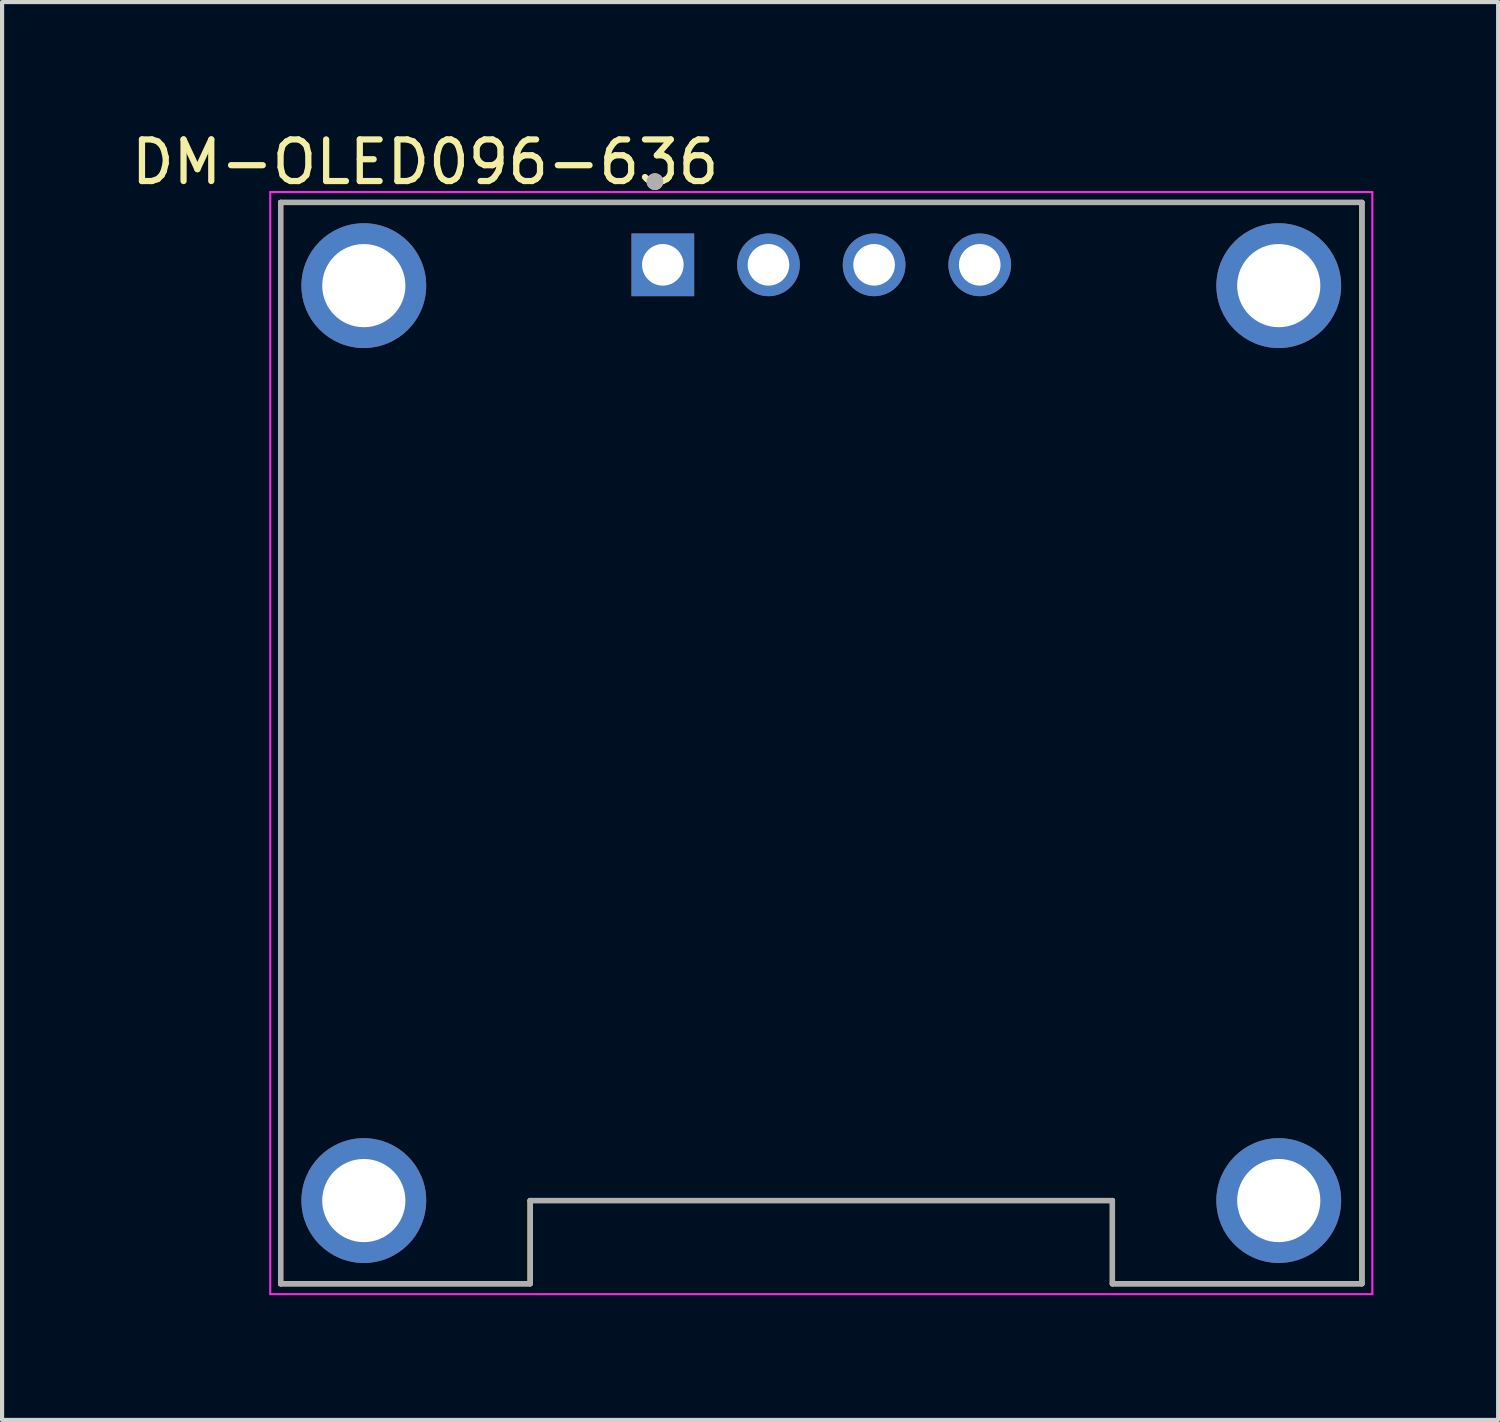
<source format=kicad_pcb>
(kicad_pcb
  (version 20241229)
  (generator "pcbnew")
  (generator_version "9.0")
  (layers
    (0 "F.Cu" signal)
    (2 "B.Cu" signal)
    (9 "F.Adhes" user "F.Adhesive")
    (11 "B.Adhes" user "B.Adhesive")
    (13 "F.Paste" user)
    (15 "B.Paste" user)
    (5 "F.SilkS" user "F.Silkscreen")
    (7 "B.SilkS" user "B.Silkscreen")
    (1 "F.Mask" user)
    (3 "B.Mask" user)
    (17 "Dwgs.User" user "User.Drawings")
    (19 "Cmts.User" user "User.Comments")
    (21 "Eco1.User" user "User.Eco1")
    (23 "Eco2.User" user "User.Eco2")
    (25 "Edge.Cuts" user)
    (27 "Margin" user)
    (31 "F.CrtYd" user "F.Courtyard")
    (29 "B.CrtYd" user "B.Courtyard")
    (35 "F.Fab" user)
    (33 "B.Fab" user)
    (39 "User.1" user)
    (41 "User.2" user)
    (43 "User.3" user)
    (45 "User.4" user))
  (footprint "DM-OLED096-636"
    (layer "F.Cu")
    (at 16.698 14.818)
    (property "Reference" "DM-OLED096-636" (at -9.525 -13.97 0) (layer "F.SilkS") (effects (font (size 1 1) (thickness 0.15))))
    (attr through_hole)
    (fp_line (start -13 -13) (end 13 -13) (stroke (width 0.127) (type solid)) (layer "F.SilkS"))
    (fp_line (start -13 13) (end -13 -13) (stroke (width 0.127) (type solid)) (layer "F.SilkS"))
    (fp_line (start -7 11) (end -7 13) (stroke (width 0.127) (type solid)) (layer "F.SilkS"))
    (fp_line (start -7 13) (end -13 13) (stroke (width 0.127) (type solid)) (layer "F.SilkS"))
    (fp_line (start 7 11) (end -7 11) (stroke (width 0.127) (type solid)) (layer "F.SilkS"))
    (fp_line (start 7 13) (end 7 11) (stroke (width 0.127) (type solid)) (layer "F.SilkS"))
    (fp_line (start 13 -13) (end 13 13) (stroke (width 0.127) (type solid)) (layer "F.SilkS"))
    (fp_line (start 13 13) (end 7 13) (stroke (width 0.127) (type solid)) (layer "F.SilkS"))
    (fp_circle (center -4 -13.5) (end -3.9 -13.5) (stroke (width 0.2) (type solid)) (fill no) (layer "F.SilkS"))
    (fp_line (start -13.25 -13.25) (end 13.25 -13.25) (stroke (width 0.05) (type solid)) (layer "F.CrtYd"))
    (fp_line (start -13.25 13.25) (end -13.25 -13.25) (stroke (width 0.05) (type solid)) (layer "F.CrtYd"))
    (fp_line (start 13.25 -13.25) (end 13.25 13.25) (stroke (width 0.05) (type solid)) (layer "F.CrtYd"))
    (fp_line (start 13.25 13.25) (end -13.25 13.25) (stroke (width 0.05) (type solid)) (layer "F.CrtYd"))
    (fp_line (start -13 -13) (end 13 -13) (stroke (width 0.127) (type solid)) (layer "F.Fab"))
    (fp_line (start -13 13) (end -13 -13) (stroke (width 0.127) (type solid)) (layer "F.Fab"))
    (fp_line (start -7 11) (end 7 11) (stroke (width 0.127) (type solid)) (layer "F.Fab"))
    (fp_line (start -7 13) (end -13 13) (stroke (width 0.127) (type solid)) (layer "F.Fab"))
    (fp_line (start -7 13) (end -7 11) (stroke (width 0.127) (type solid)) (layer "F.Fab"))
    (fp_line (start 7 11) (end 7 13) (stroke (width 0.127) (type solid)) (layer "F.Fab"))
    (fp_line (start 13 -13) (end 13 13) (stroke (width 0.127) (type solid)) (layer "F.Fab"))
    (fp_line (start 13 13) (end 7 13) (stroke (width 0.127) (type solid)) (layer "F.Fab"))
    (fp_circle (center -4 -13.5) (end -3.9 -13.5) (stroke (width 0.2) (type solid)) (fill no) (layer "F.Fab"))
    (pad "1" thru_hole rect (at -3.81 -11.5) (size 1.508 1.508) (drill 1) (layers "*.Cu" "*.Mask"))
    (pad "2" thru_hole circle (at -1.27 -11.5) (size 1.508 1.508) (drill 1) (layers "*.Cu" "*.Mask"))
    (pad "3" thru_hole circle (at 1.27 -11.5) (size 1.508 1.508) (drill 1) (layers "*.Cu" "*.Mask"))
    (pad "4" thru_hole circle (at 3.81 -11.5) (size 1.508 1.508) (drill 1) (layers "*.Cu" "*.Mask"))
    (pad "S1" thru_hole circle (at -11 -11) (size 3 3) (drill 2) (layers "*.Cu" "*.Mask"))
    (pad "S2" thru_hole circle (at 11 -11) (size 3 3) (drill 2) (layers "*.Cu" "*.Mask"))
    (pad "S3" thru_hole circle (at 11 11) (size 3 3) (drill 2) (layers "*.Cu" "*.Mask"))
    (pad "S4" thru_hole circle (at -11 11) (size 3 3) (drill 2) (layers "*.Cu" "*.Mask")))
  (gr_rect
    (start -3 -3)
    (end 32.973 31.093)
    (stroke (width 0.1) (type default))
    (fill no)
    (layer "Edge.Cuts")))
</source>
